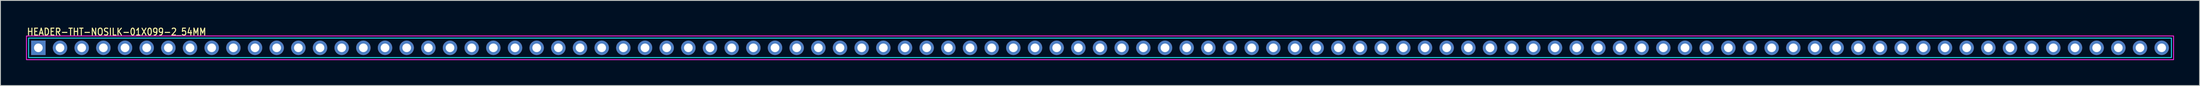
<source format=kicad_pcb>
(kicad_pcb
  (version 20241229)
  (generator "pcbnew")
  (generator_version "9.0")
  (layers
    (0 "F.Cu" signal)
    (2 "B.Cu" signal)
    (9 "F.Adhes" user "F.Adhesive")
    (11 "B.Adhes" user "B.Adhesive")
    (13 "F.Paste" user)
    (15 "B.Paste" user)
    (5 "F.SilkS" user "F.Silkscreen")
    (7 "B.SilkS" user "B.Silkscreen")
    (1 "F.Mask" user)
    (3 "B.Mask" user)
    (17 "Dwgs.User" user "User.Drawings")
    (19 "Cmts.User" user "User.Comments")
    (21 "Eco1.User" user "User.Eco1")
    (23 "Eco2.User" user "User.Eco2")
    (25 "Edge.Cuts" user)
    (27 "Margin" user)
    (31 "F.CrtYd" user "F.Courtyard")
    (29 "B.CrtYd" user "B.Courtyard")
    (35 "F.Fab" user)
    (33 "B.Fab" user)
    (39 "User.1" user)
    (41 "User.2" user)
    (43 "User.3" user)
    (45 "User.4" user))
  (footprint "HEADER-THT-NOSILK-01X099-2_54MM"
    (layer "F.Cu")
    (at 1.447 2.579)
    (property "Reference" "HEADER-THT-NOSILK-01X099-2_54MM" (at -1.4 -1.4 0) (unlocked yes) (layer "F.SilkS") (effects (font (size 0.813 0.695) (thickness 0.122)) (justify left bottom)))
    (fp_poly (pts (xy -1.143 -1.143) (xy 250.063 -1.143) (xy 250.063 1.143) (xy -1.143 1.143)) (stroke (width 0.1) (type solid)) (fill no) (layer "B.CrtYd"))
    (fp_poly (pts (xy -1.397 -1.397) (xy 250.317 -1.397) (xy 250.317 1.397) (xy -1.397 1.397)) (stroke (width 0.1) (type solid)) (fill no) (layer "F.CrtYd"))
    (pad "1" thru_hole rect (at 0 0) (size 1.693 1.693) (drill 1.016) (layers "*.Cu" "*.Mask"))
    (pad "2" thru_hole oval (at 2.54 0) (size 1.693 1.693) (drill 1.016) (layers "*.Cu" "*.Mask"))
    (pad "3" thru_hole oval (at 5.08 0) (size 1.693 1.693) (drill 1.016) (layers "*.Cu" "*.Mask"))
    (pad "4" thru_hole oval (at 7.62 0) (size 1.693 1.693) (drill 1.016) (layers "*.Cu" "*.Mask"))
    (pad "5" thru_hole oval (at 10.16 0) (size 1.693 1.693) (drill 1.016) (layers "*.Cu" "*.Mask"))
    (pad "6" thru_hole oval (at 12.7 0) (size 1.693 1.693) (drill 1.016) (layers "*.Cu" "*.Mask"))
    (pad "7" thru_hole oval (at 15.24 0) (size 1.693 1.693) (drill 1.016) (layers "*.Cu" "*.Mask"))
    (pad "8" thru_hole oval (at 17.78 0) (size 1.693 1.693) (drill 1.016) (layers "*.Cu" "*.Mask"))
    (pad "9" thru_hole oval (at 20.32 0) (size 1.693 1.693) (drill 1.016) (layers "*.Cu" "*.Mask"))
    (pad "10" thru_hole oval (at 22.86 0) (size 1.693 1.693) (drill 1.016) (layers "*.Cu" "*.Mask"))
    (pad "11" thru_hole oval (at 25.4 0) (size 1.693 1.693) (drill 1.016) (layers "*.Cu" "*.Mask"))
    (pad "12" thru_hole oval (at 27.94 0) (size 1.693 1.693) (drill 1.016) (layers "*.Cu" "*.Mask"))
    (pad "13" thru_hole oval (at 30.48 0) (size 1.693 1.693) (drill 1.016) (layers "*.Cu" "*.Mask"))
    (pad "14" thru_hole oval (at 33.02 0) (size 1.693 1.693) (drill 1.016) (layers "*.Cu" "*.Mask"))
    (pad "15" thru_hole oval (at 35.56 0) (size 1.693 1.693) (drill 1.016) (layers "*.Cu" "*.Mask"))
    (pad "16" thru_hole oval (at 38.1 0) (size 1.693 1.693) (drill 1.016) (layers "*.Cu" "*.Mask"))
    (pad "17" thru_hole oval (at 40.64 0) (size 1.693 1.693) (drill 1.016) (layers "*.Cu" "*.Mask"))
    (pad "18" thru_hole oval (at 43.18 0) (size 1.693 1.693) (drill 1.016) (layers "*.Cu" "*.Mask"))
    (pad "19" thru_hole oval (at 45.72 0) (size 1.693 1.693) (drill 1.016) (layers "*.Cu" "*.Mask"))
    (pad "20" thru_hole oval (at 48.26 0) (size 1.693 1.693) (drill 1.016) (layers "*.Cu" "*.Mask"))
    (pad "21" thru_hole oval (at 50.8 0) (size 1.693 1.693) (drill 1.016) (layers "*.Cu" "*.Mask"))
    (pad "22" thru_hole oval (at 53.34 0) (size 1.693 1.693) (drill 1.016) (layers "*.Cu" "*.Mask"))
    (pad "23" thru_hole oval (at 55.88 0) (size 1.693 1.693) (drill 1.016) (layers "*.Cu" "*.Mask"))
    (pad "24" thru_hole oval (at 58.42 0) (size 1.693 1.693) (drill 1.016) (layers "*.Cu" "*.Mask"))
    (pad "25" thru_hole oval (at 60.96 0) (size 1.693 1.693) (drill 1.016) (layers "*.Cu" "*.Mask"))
    (pad "26" thru_hole oval (at 63.5 0) (size 1.693 1.693) (drill 1.016) (layers "*.Cu" "*.Mask"))
    (pad "27" thru_hole oval (at 66.04 0) (size 1.693 1.693) (drill 1.016) (layers "*.Cu" "*.Mask"))
    (pad "28" thru_hole oval (at 68.58 0) (size 1.693 1.693) (drill 1.016) (layers "*.Cu" "*.Mask"))
    (pad "29" thru_hole oval (at 71.12 0) (size 1.693 1.693) (drill 1.016) (layers "*.Cu" "*.Mask"))
    (pad "30" thru_hole oval (at 73.66 0) (size 1.693 1.693) (drill 1.016) (layers "*.Cu" "*.Mask"))
    (pad "31" thru_hole oval (at 76.2 0) (size 1.693 1.693) (drill 1.016) (layers "*.Cu" "*.Mask"))
    (pad "32" thru_hole oval (at 78.74 0) (size 1.693 1.693) (drill 1.016) (layers "*.Cu" "*.Mask"))
    (pad "33" thru_hole oval (at 81.28 0) (size 1.693 1.693) (drill 1.016) (layers "*.Cu" "*.Mask"))
    (pad "34" thru_hole oval (at 83.82 0) (size 1.693 1.693) (drill 1.016) (layers "*.Cu" "*.Mask"))
    (pad "35" thru_hole oval (at 86.36 0) (size 1.693 1.693) (drill 1.016) (layers "*.Cu" "*.Mask"))
    (pad "36" thru_hole oval (at 88.9 0) (size 1.693 1.693) (drill 1.016) (layers "*.Cu" "*.Mask"))
    (pad "37" thru_hole oval (at 91.44 0) (size 1.693 1.693) (drill 1.016) (layers "*.Cu" "*.Mask"))
    (pad "38" thru_hole oval (at 93.98 0) (size 1.693 1.693) (drill 1.016) (layers "*.Cu" "*.Mask"))
    (pad "39" thru_hole oval (at 96.52 0) (size 1.693 1.693) (drill 1.016) (layers "*.Cu" "*.Mask"))
    (pad "40" thru_hole oval (at 99.06 0) (size 1.693 1.693) (drill 1.016) (layers "*.Cu" "*.Mask"))
    (pad "41" thru_hole oval (at 101.6 0) (size 1.693 1.693) (drill 1.016) (layers "*.Cu" "*.Mask"))
    (pad "42" thru_hole oval (at 104.14 0) (size 1.693 1.693) (drill 1.016) (layers "*.Cu" "*.Mask"))
    (pad "43" thru_hole oval (at 106.68 0) (size 1.693 1.693) (drill 1.016) (layers "*.Cu" "*.Mask"))
    (pad "44" thru_hole oval (at 109.22 0) (size 1.693 1.693) (drill 1.016) (layers "*.Cu" "*.Mask"))
    (pad "45" thru_hole oval (at 111.76 0) (size 1.693 1.693) (drill 1.016) (layers "*.Cu" "*.Mask"))
    (pad "46" thru_hole oval (at 114.3 0) (size 1.693 1.693) (drill 1.016) (layers "*.Cu" "*.Mask"))
    (pad "47" thru_hole oval (at 116.84 0) (size 1.693 1.693) (drill 1.016) (layers "*.Cu" "*.Mask"))
    (pad "48" thru_hole oval (at 119.38 0) (size 1.693 1.693) (drill 1.016) (layers "*.Cu" "*.Mask"))
    (pad "49" thru_hole oval (at 121.92 0) (size 1.693 1.693) (drill 1.016) (layers "*.Cu" "*.Mask"))
    (pad "50" thru_hole oval (at 124.46 0) (size 1.693 1.693) (drill 1.016) (layers "*.Cu" "*.Mask"))
    (pad "51" thru_hole oval (at 127 0) (size 1.693 1.693) (drill 1.016) (layers "*.Cu" "*.Mask"))
    (pad "52" thru_hole oval (at 129.54 0) (size 1.693 1.693) (drill 1.016) (layers "*.Cu" "*.Mask"))
    (pad "53" thru_hole oval (at 132.08 0) (size 1.693 1.693) (drill 1.016) (layers "*.Cu" "*.Mask"))
    (pad "54" thru_hole oval (at 134.62 0) (size 1.693 1.693) (drill 1.016) (layers "*.Cu" "*.Mask"))
    (pad "55" thru_hole oval (at 137.16 0) (size 1.693 1.693) (drill 1.016) (layers "*.Cu" "*.Mask"))
    (pad "56" thru_hole oval (at 139.7 0) (size 1.693 1.693) (drill 1.016) (layers "*.Cu" "*.Mask"))
    (pad "57" thru_hole oval (at 142.24 0) (size 1.693 1.693) (drill 1.016) (layers "*.Cu" "*.Mask"))
    (pad "58" thru_hole oval (at 144.78 0) (size 1.693 1.693) (drill 1.016) (layers "*.Cu" "*.Mask"))
    (pad "59" thru_hole oval (at 147.32 0) (size 1.693 1.693) (drill 1.016) (layers "*.Cu" "*.Mask"))
    (pad "60" thru_hole oval (at 149.86 0) (size 1.693 1.693) (drill 1.016) (layers "*.Cu" "*.Mask"))
    (pad "61" thru_hole oval (at 152.4 0) (size 1.693 1.693) (drill 1.016) (layers "*.Cu" "*.Mask"))
    (pad "62" thru_hole oval (at 154.94 0) (size 1.693 1.693) (drill 1.016) (layers "*.Cu" "*.Mask"))
    (pad "63" thru_hole oval (at 157.48 0) (size 1.693 1.693) (drill 1.016) (layers "*.Cu" "*.Mask"))
    (pad "64" thru_hole oval (at 160.02 0) (size 1.693 1.693) (drill 1.016) (layers "*.Cu" "*.Mask"))
    (pad "65" thru_hole oval (at 162.56 0) (size 1.693 1.693) (drill 1.016) (layers "*.Cu" "*.Mask"))
    (pad "66" thru_hole oval (at 165.1 0) (size 1.693 1.693) (drill 1.016) (layers "*.Cu" "*.Mask"))
    (pad "67" thru_hole oval (at 167.64 0) (size 1.693 1.693) (drill 1.016) (layers "*.Cu" "*.Mask"))
    (pad "68" thru_hole oval (at 170.18 0) (size 1.693 1.693) (drill 1.016) (layers "*.Cu" "*.Mask"))
    (pad "69" thru_hole oval (at 172.72 0) (size 1.693 1.693) (drill 1.016) (layers "*.Cu" "*.Mask"))
    (pad "70" thru_hole oval (at 175.26 0) (size 1.693 1.693) (drill 1.016) (layers "*.Cu" "*.Mask"))
    (pad "71" thru_hole oval (at 177.8 0) (size 1.693 1.693) (drill 1.016) (layers "*.Cu" "*.Mask"))
    (pad "72" thru_hole oval (at 180.34 0) (size 1.693 1.693) (drill 1.016) (layers "*.Cu" "*.Mask"))
    (pad "73" thru_hole oval (at 182.88 0) (size 1.693 1.693) (drill 1.016) (layers "*.Cu" "*.Mask"))
    (pad "74" thru_hole oval (at 185.42 0) (size 1.693 1.693) (drill 1.016) (layers "*.Cu" "*.Mask"))
    (pad "75" thru_hole oval (at 187.96 0) (size 1.693 1.693) (drill 1.016) (layers "*.Cu" "*.Mask"))
    (pad "76" thru_hole oval (at 190.5 0) (size 1.693 1.693) (drill 1.016) (layers "*.Cu" "*.Mask"))
    (pad "77" thru_hole oval (at 193.04 0) (size 1.693 1.693) (drill 1.016) (layers "*.Cu" "*.Mask"))
    (pad "78" thru_hole oval (at 195.58 0) (size 1.693 1.693) (drill 1.016) (layers "*.Cu" "*.Mask"))
    (pad "79" thru_hole oval (at 198.12 0) (size 1.693 1.693) (drill 1.016) (layers "*.Cu" "*.Mask"))
    (pad "80" thru_hole oval (at 200.66 0) (size 1.693 1.693) (drill 1.016) (layers "*.Cu" "*.Mask"))
    (pad "81" thru_hole oval (at 203.2 0) (size 1.693 1.693) (drill 1.016) (layers "*.Cu" "*.Mask"))
    (pad "82" thru_hole oval (at 205.74 0) (size 1.693 1.693) (drill 1.016) (layers "*.Cu" "*.Mask"))
    (pad "83" thru_hole oval (at 208.28 0) (size 1.693 1.693) (drill 1.016) (layers "*.Cu" "*.Mask"))
    (pad "84" thru_hole oval (at 210.82 0) (size 1.693 1.693) (drill 1.016) (layers "*.Cu" "*.Mask"))
    (pad "85" thru_hole oval (at 213.36 0) (size 1.693 1.693) (drill 1.016) (layers "*.Cu" "*.Mask"))
    (pad "86" thru_hole oval (at 215.9 0) (size 1.693 1.693) (drill 1.016) (layers "*.Cu" "*.Mask"))
    (pad "87" thru_hole oval (at 218.44 0) (size 1.693 1.693) (drill 1.016) (layers "*.Cu" "*.Mask"))
    (pad "88" thru_hole oval (at 220.98 0) (size 1.693 1.693) (drill 1.016) (layers "*.Cu" "*.Mask"))
    (pad "89" thru_hole oval (at 223.52 0) (size 1.693 1.693) (drill 1.016) (layers "*.Cu" "*.Mask"))
    (pad "90" thru_hole oval (at 226.06 0) (size 1.693 1.693) (drill 1.016) (layers "*.Cu" "*.Mask"))
    (pad "91" thru_hole oval (at 228.6 0) (size 1.693 1.693) (drill 1.016) (layers "*.Cu" "*.Mask"))
    (pad "92" thru_hole oval (at 231.14 0) (size 1.693 1.693) (drill 1.016) (layers "*.Cu" "*.Mask"))
    (pad "93" thru_hole oval (at 233.68 0) (size 1.693 1.693) (drill 1.016) (layers "*.Cu" "*.Mask"))
    (pad "94" thru_hole oval (at 236.22 0) (size 1.693 1.693) (drill 1.016) (layers "*.Cu" "*.Mask"))
    (pad "95" thru_hole oval (at 238.76 0) (size 1.693 1.693) (drill 1.016) (layers "*.Cu" "*.Mask"))
    (pad "96" thru_hole oval (at 241.3 0) (size 1.693 1.693) (drill 1.016) (layers "*.Cu" "*.Mask"))
    (pad "97" thru_hole oval (at 243.84 0) (size 1.693 1.693) (drill 1.016) (layers "*.Cu" "*.Mask"))
    (pad "98" thru_hole oval (at 246.38 0) (size 1.693 1.693) (drill 1.016) (layers "*.Cu" "*.Mask"))
    (pad "99" thru_hole oval (at 248.92 0) (size 1.693 1.693) (drill 1.016) (layers "*.Cu" "*.Mask")))
  (gr_rect
    (start -3 -3)
    (end 254.814 7.026)
    (stroke (width 0.1) (type default))
    (fill no)
    (layer "Edge.Cuts")))
</source>
